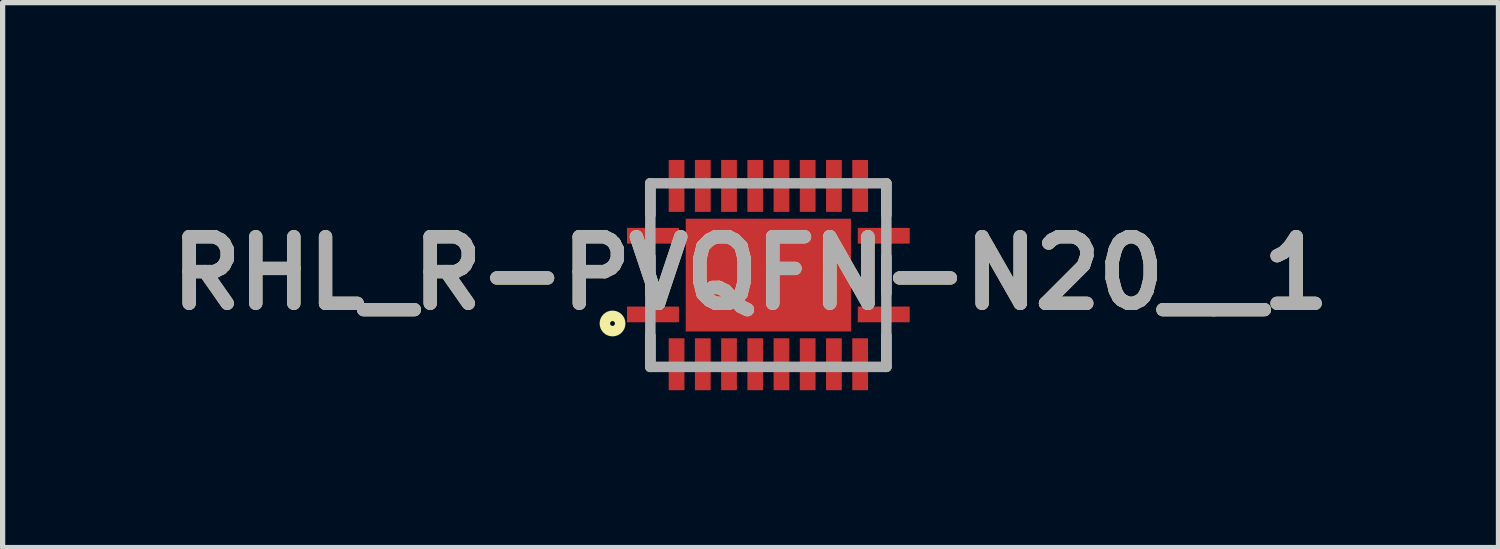
<source format=kicad_pcb>
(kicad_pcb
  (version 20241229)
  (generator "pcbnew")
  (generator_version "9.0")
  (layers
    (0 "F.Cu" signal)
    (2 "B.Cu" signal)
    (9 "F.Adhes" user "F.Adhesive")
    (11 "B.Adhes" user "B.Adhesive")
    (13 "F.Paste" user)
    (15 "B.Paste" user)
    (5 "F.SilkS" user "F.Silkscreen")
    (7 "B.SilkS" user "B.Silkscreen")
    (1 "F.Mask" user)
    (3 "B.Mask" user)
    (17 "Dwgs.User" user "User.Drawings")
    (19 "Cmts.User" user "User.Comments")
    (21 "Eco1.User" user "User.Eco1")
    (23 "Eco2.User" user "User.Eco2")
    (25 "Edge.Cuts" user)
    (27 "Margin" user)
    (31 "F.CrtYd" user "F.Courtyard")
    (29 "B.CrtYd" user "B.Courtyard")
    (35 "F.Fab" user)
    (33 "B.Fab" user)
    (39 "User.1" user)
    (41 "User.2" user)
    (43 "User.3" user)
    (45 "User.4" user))
  (footprint "RHL_R-PVQFN-N20__1"
    (layer "F.Cu")
    (at 11.6 2.195)
    (property "Reference" "RHL_R-PVQFN-N20__1" (at -0.339 -0.036 0) (layer "F.SilkS") (effects (font (size 1.27 1.27) (thickness 0.254))))
    (attr smd)
    (fp_line (start -2.25 -1.75) (end -2.25 -1.15) (stroke (width 0.2) (type solid)) (layer "F.SilkS"))
    (fp_line (start -2.25 -0.35) (end -2.25 0.35) (stroke (width 0.2) (type solid)) (layer "F.SilkS"))
    (fp_line (start -2.25 1.75) (end -2.25 1.15) (stroke (width 0.2) (type solid)) (layer "F.SilkS"))
    (fp_line (start 2.25 -1.75) (end 2.25 -1.15) (stroke (width 0.2) (type solid)) (layer "F.SilkS"))
    (fp_line (start 2.25 -0.35) (end 2.25 0.35) (stroke (width 0.2) (type solid)) (layer "F.SilkS"))
    (fp_line (start 2.25 1.75) (end 2.25 1.15) (stroke (width 0.2) (type solid)) (layer "F.SilkS"))
    (fp_circle (center -2.971 0.923) (end -2.971 0.969) (stroke (width 0.2) (type solid)) (fill no) (layer "F.SilkS"))
    (fp_line (start -2.25 -1.75) (end 2.25 -1.75) (stroke (width 0.2) (type solid)) (layer "F.Fab"))
    (fp_line (start -2.25 1.75) (end -2.25 -1.75) (stroke (width 0.2) (type solid)) (layer "F.Fab"))
    (fp_line (start 2.25 -1.75) (end 2.25 1.75) (stroke (width 0.2) (type solid)) (layer "F.Fab"))
    (fp_line (start 2.25 1.75) (end -2.25 1.75) (stroke (width 0.2) (type solid)) (layer "F.Fab"))
    (fp_text user "${REFERENCE}" (at -0.339 -0.036 0) (layer "F.Fab") (effects (font (size 1.27 1.27) (thickness 0.254))))
    (pad "1" smd rect (at -2.2 0.75 90) (size 0.3 0.99) (layers "F.Cu" "F.Mask" "F.Paste"))
    (pad "2" smd rect (at -1.75 1.7) (size 0.3 0.99) (layers "F.Cu" "F.Mask" "F.Paste"))
    (pad "3" smd rect (at -1.25 1.7) (size 0.3 0.99) (layers "F.Cu" "F.Mask" "F.Paste"))
    (pad "4" smd rect (at -0.75 1.7) (size 0.3 0.99) (layers "F.Cu" "F.Mask" "F.Paste"))
    (pad "5" smd rect (at -0.25 1.7) (size 0.3 0.99) (layers "F.Cu" "F.Mask" "F.Paste"))
    (pad "6" smd rect (at 0.25 1.7) (size 0.3 0.99) (layers "F.Cu" "F.Mask" "F.Paste"))
    (pad "7" smd rect (at 0.75 1.7) (size 0.3 0.99) (layers "F.Cu" "F.Mask" "F.Paste"))
    (pad "8" smd rect (at 1.25 1.7) (size 0.3 0.99) (layers "F.Cu" "F.Mask" "F.Paste"))
    (pad "9" smd rect (at 1.75 1.7) (size 0.3 0.99) (layers "F.Cu" "F.Mask" "F.Paste"))
    (pad "10" smd rect (at 2.2 0.75 90) (size 0.3 0.99) (layers "F.Cu" "F.Mask" "F.Paste"))
    (pad "11" smd rect (at 2.2 -0.75 90) (size 0.3 0.99) (layers "F.Cu" "F.Mask" "F.Paste"))
    (pad "12" smd rect (at 1.75 -1.7) (size 0.3 0.99) (layers "F.Cu" "F.Mask" "F.Paste"))
    (pad "13" smd rect (at 1.25 -1.7) (size 0.3 0.99) (layers "F.Cu" "F.Mask" "F.Paste"))
    (pad "14" smd rect (at 0.75 -1.7) (size 0.3 0.99) (layers "F.Cu" "F.Mask" "F.Paste"))
    (pad "15" smd rect (at 0.25 -1.7) (size 0.3 0.99) (layers "F.Cu" "F.Mask" "F.Paste"))
    (pad "16" smd rect (at -0.25 -1.7) (size 0.3 0.99) (layers "F.Cu" "F.Mask" "F.Paste"))
    (pad "17" smd rect (at -0.75 -1.7) (size 0.3 0.99) (layers "F.Cu" "F.Mask" "F.Paste"))
    (pad "18" smd rect (at -1.25 -1.7) (size 0.3 0.99) (layers "F.Cu" "F.Mask" "F.Paste"))
    (pad "19" smd rect (at -1.75 -1.7) (size 0.3 0.99) (layers "F.Cu" "F.Mask" "F.Paste"))
    (pad "20" smd rect (at -2.2 -0.75 90) (size 0.3 0.99) (layers "F.Cu" "F.Mask" "F.Paste"))
    (pad "21" smd rect (at 0 0 90) (size 2.15 3.15) (layers "F.Cu" "F.Mask" "F.Paste")))
  (gr_rect
    (start -3 -3)
    (end 25.521 7.39)
    (stroke (width 0.1) (type default))
    (fill no)
    (layer "Edge.Cuts")))
</source>
